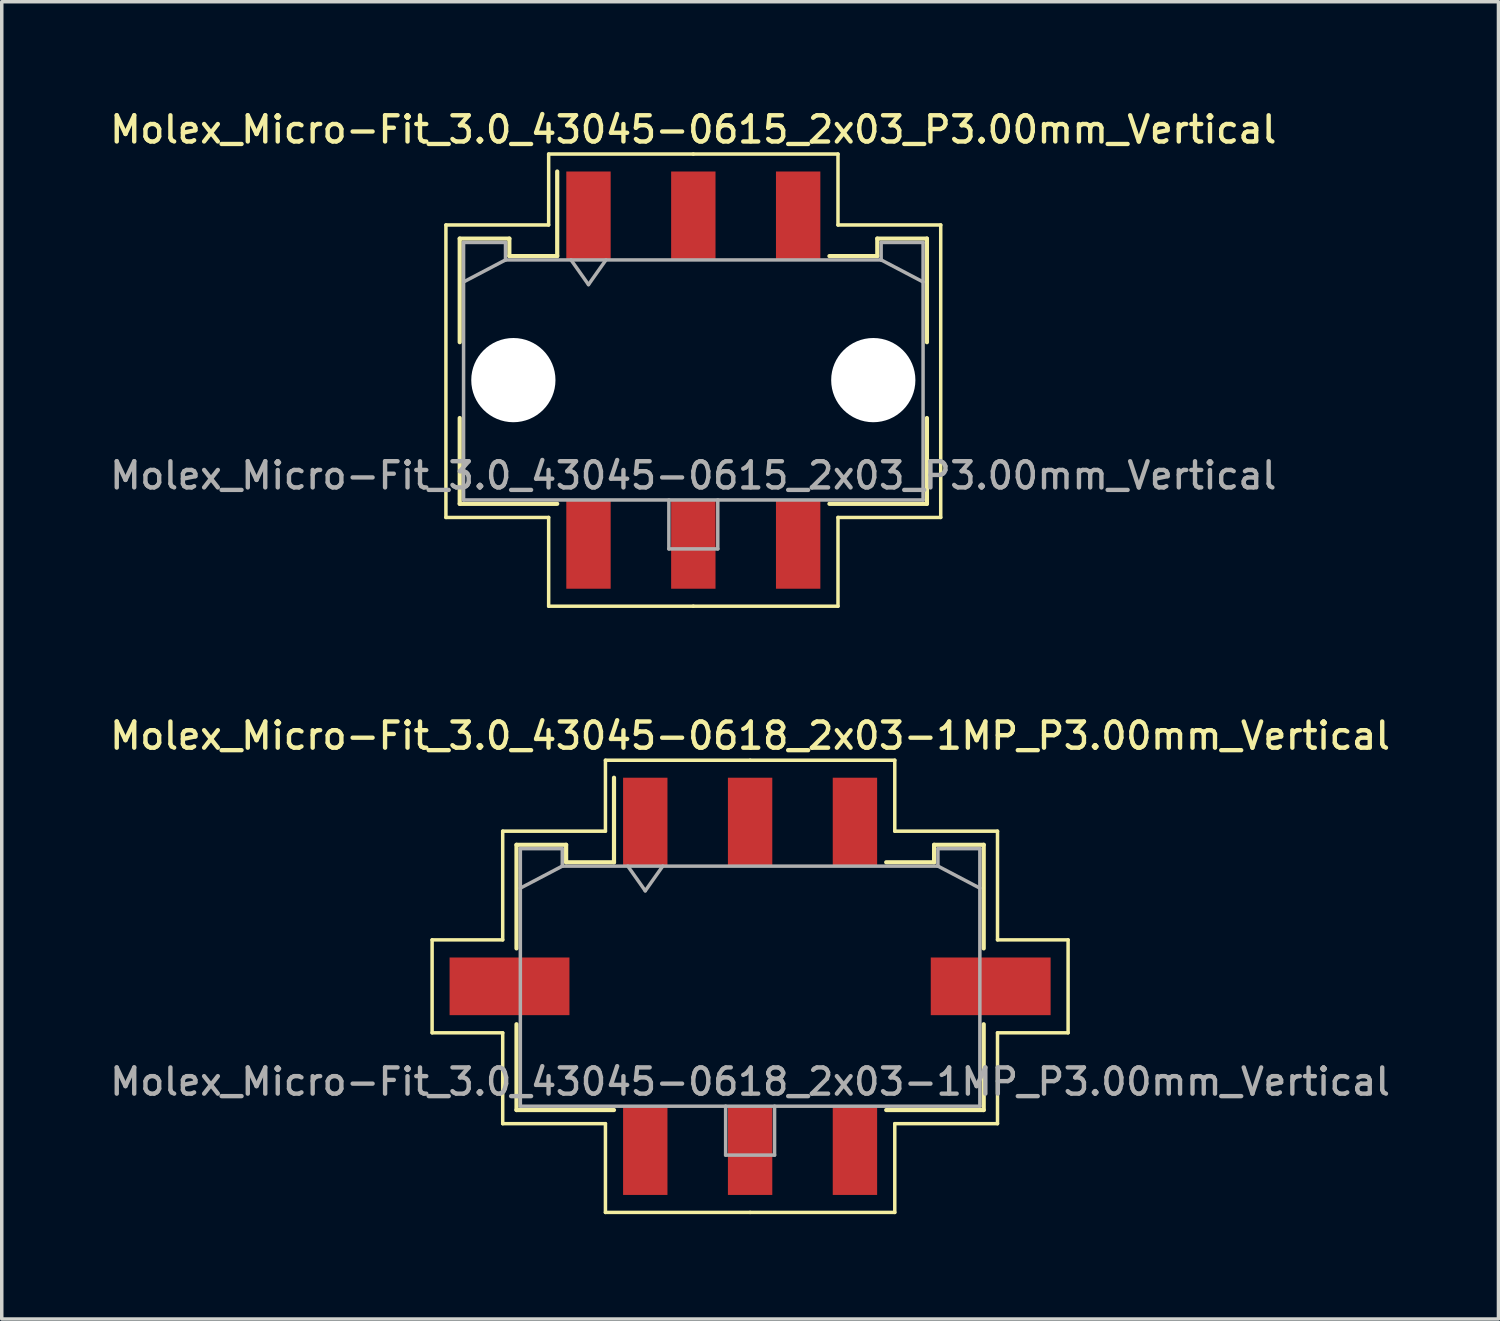
<source format=kicad_pcb>
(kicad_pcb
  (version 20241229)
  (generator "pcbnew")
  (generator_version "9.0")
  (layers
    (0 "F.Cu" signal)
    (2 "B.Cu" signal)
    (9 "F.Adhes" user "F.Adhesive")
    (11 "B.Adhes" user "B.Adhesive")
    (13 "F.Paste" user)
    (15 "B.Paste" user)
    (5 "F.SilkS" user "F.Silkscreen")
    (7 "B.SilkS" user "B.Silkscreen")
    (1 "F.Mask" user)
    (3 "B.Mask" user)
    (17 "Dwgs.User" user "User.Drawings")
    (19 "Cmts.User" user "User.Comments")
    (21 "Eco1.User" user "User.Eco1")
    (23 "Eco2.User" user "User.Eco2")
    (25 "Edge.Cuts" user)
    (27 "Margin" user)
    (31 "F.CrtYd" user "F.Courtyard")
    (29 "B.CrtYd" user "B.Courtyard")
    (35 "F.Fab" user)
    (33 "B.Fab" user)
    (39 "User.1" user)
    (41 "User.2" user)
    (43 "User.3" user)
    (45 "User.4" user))
  (footprint "Molex_Micro-Fit_3.0_43045-0615_2x03_P3.00mm_Vertical"
    (layer "F.Cu")
    (at 16.791 7.828)
    (property "Reference" "Molex_Micro-Fit_3.0_43045-0615_2x03_P3.00mm_Vertical" (at 0 -7.17 0) (layer "F.SilkS") (effects (font (size 0.75 0.75) (thickness 0.125))))
    (attr smd)
    (fp_line (start -7.08 -4.44) (end -7.08 3.93) (stroke (width 0.1) (type solid)) (layer "F.SilkS"))
    (fp_line (start -7.08 3.93) (end -4.14 3.93) (stroke (width 0.1) (type solid)) (layer "F.SilkS"))
    (fp_line (start -6.685 -4.05) (end -5.265 -4.05) (stroke (width 0.12) (type solid)) (layer "F.SilkS"))
    (fp_line (start -6.685 -1.085) (end -6.685 -4.05) (stroke (width 0.12) (type solid)) (layer "F.SilkS"))
    (fp_line (start -6.685 1.085) (end -6.685 3.54) (stroke (width 0.12) (type solid)) (layer "F.SilkS"))
    (fp_line (start -6.685 3.54) (end -3.895 3.54) (stroke (width 0.12) (type solid)) (layer "F.SilkS"))
    (fp_line (start -5.265 -4.05) (end -5.265 -3.55) (stroke (width 0.12) (type solid)) (layer "F.SilkS"))
    (fp_line (start -5.265 -3.55) (end -3.895 -3.55) (stroke (width 0.12) (type solid)) (layer "F.SilkS"))
    (fp_line (start -4.14 -6.47) (end -4.14 -4.44) (stroke (width 0.1) (type solid)) (layer "F.SilkS"))
    (fp_line (start -4.14 -4.44) (end -7.08 -4.44) (stroke (width 0.1) (type solid)) (layer "F.SilkS"))
    (fp_line (start -4.14 3.93) (end -4.14 6.47) (stroke (width 0.1) (type solid)) (layer "F.SilkS"))
    (fp_line (start -4.14 6.47) (end 0 6.47) (stroke (width 0.1) (type solid)) (layer "F.SilkS"))
    (fp_line (start -3.895 -3.55) (end -3.895 -5.97) (stroke (width 0.12) (type solid)) (layer "F.SilkS"))
    (fp_line (start 0 -6.47) (end -4.14 -6.47) (stroke (width 0.1) (type solid)) (layer "F.SilkS"))
    (fp_line (start 0 -6.47) (end 4.14 -6.47) (stroke (width 0.1) (type solid)) (layer "F.SilkS"))
    (fp_line (start 4.14 -6.47) (end 4.14 -4.44) (stroke (width 0.1) (type solid)) (layer "F.SilkS"))
    (fp_line (start 4.14 -4.44) (end 7.08 -4.44) (stroke (width 0.1) (type solid)) (layer "F.SilkS"))
    (fp_line (start 4.14 3.93) (end 4.14 6.47) (stroke (width 0.1) (type solid)) (layer "F.SilkS"))
    (fp_line (start 4.14 6.47) (end 0 6.47) (stroke (width 0.1) (type solid)) (layer "F.SilkS"))
    (fp_line (start 5.265 -4.05) (end 5.265 -3.55) (stroke (width 0.12) (type solid)) (layer "F.SilkS"))
    (fp_line (start 5.265 -3.55) (end 3.895 -3.55) (stroke (width 0.12) (type solid)) (layer "F.SilkS"))
    (fp_line (start 6.685 -4.05) (end 5.265 -4.05) (stroke (width 0.12) (type solid)) (layer "F.SilkS"))
    (fp_line (start 6.685 -1.085) (end 6.685 -4.05) (stroke (width 0.12) (type solid)) (layer "F.SilkS"))
    (fp_line (start 6.685 1.085) (end 6.685 3.54) (stroke (width 0.12) (type solid)) (layer "F.SilkS"))
    (fp_line (start 6.685 3.54) (end 3.895 3.54) (stroke (width 0.12) (type solid)) (layer "F.SilkS"))
    (fp_line (start 7.08 -4.44) (end 7.08 3.93) (stroke (width 0.1) (type solid)) (layer "F.SilkS"))
    (fp_line (start 7.08 3.93) (end 4.14 3.93) (stroke (width 0.1) (type solid)) (layer "F.SilkS"))
    (fp_line (start -6.575 -3.94) (end -6.575 3.43) (stroke (width 0.1) (type solid)) (layer "F.Fab"))
    (fp_line (start -6.575 -2.81) (end -5.375 -3.44) (stroke (width 0.1) (type solid)) (layer "F.Fab"))
    (fp_line (start -6.575 3.43) (end 6.575 3.43) (stroke (width 0.1) (type solid)) (layer "F.Fab"))
    (fp_line (start -5.375 -3.94) (end -6.575 -3.94) (stroke (width 0.1) (type solid)) (layer "F.Fab"))
    (fp_line (start -5.375 -3.44) (end -5.375 -3.94) (stroke (width 0.1) (type solid)) (layer "F.Fab"))
    (fp_line (start -3.5 -3.44) (end -3 -2.733) (stroke (width 0.1) (type solid)) (layer "F.Fab"))
    (fp_line (start -3 -2.733) (end -2.5 -3.44) (stroke (width 0.1) (type solid)) (layer "F.Fab"))
    (fp_line (start -0.7 3.43) (end -0.7 4.83) (stroke (width 0.1) (type solid)) (layer "F.Fab"))
    (fp_line (start -0.7 4.83) (end 0.7 4.83) (stroke (width 0.1) (type solid)) (layer "F.Fab"))
    (fp_line (start 0.7 4.83) (end 0.7 3.43) (stroke (width 0.1) (type solid)) (layer "F.Fab"))
    (fp_line (start 5.375 -3.94) (end 5.375 -3.44) (stroke (width 0.1) (type solid)) (layer "F.Fab"))
    (fp_line (start 5.375 -3.44) (end -5.375 -3.44) (stroke (width 0.1) (type solid)) (layer "F.Fab"))
    (fp_line (start 6.575 -3.94) (end 5.375 -3.94) (stroke (width 0.1) (type solid)) (layer "F.Fab"))
    (fp_line (start 6.575 -2.81) (end 5.375 -3.44) (stroke (width 0.1) (type solid)) (layer "F.Fab"))
    (fp_line (start 6.575 3.43) (end 6.575 -3.94) (stroke (width 0.1) (type solid)) (layer "F.Fab"))
    (fp_text user "${REFERENCE}" (at 0 2.73 0) (layer "F.Fab") (effects (font (size 0.75 0.75) (thickness 0.125))))
    (pad "" np_thru_hole circle (at -5.15 0) (size 2.41 2.41) (drill 2.41) (layers "*.Cu" "*.Mask"))
    (pad "" np_thru_hole circle (at 5.15 0) (size 2.41 2.41) (drill 2.41) (layers "*.Cu" "*.Mask"))
    (pad "1" smd rect (at -3 -4.7) (size 1.27 2.54) (layers "F.Cu" "F.Mask" "F.Paste"))
    (pad "2" smd rect (at 0 -4.7) (size 1.27 2.54) (layers "F.Cu" "F.Mask" "F.Paste"))
    (pad "3" smd rect (at 3 -4.7) (size 1.27 2.54) (layers "F.Cu" "F.Mask" "F.Paste"))
    (pad "4" smd rect (at -3 4.7) (size 1.27 2.54) (layers "F.Cu" "F.Mask" "F.Paste"))
    (pad "5" smd rect (at 0 4.7) (size 1.27 2.54) (layers "F.Cu" "F.Mask" "F.Paste"))
    (pad "6" smd rect (at 3 4.7) (size 1.27 2.54) (layers "F.Cu" "F.Mask" "F.Paste")))
  (footprint "Molex_Micro-Fit_3.0_43045-0618_2x03-1MP_P3.00mm_Vertical"
    (layer "F.Cu")
    (at 18.416 25.176)
    (property "Reference" "Molex_Micro-Fit_3.0_43045-0618_2x03-1MP_P3.00mm_Vertical" (at 0 -7.17 0) (layer "F.SilkS") (effects (font (size 0.75 0.75) (thickness 0.125))))
    (attr smd)
    (fp_line (start -9.1 -1.33) (end -9.1 1.33) (stroke (width 0.1) (type solid)) (layer "F.SilkS"))
    (fp_line (start -9.1 1.33) (end -7.08 1.33) (stroke (width 0.1) (type solid)) (layer "F.SilkS"))
    (fp_line (start -7.08 -4.44) (end -7.08 -1.33) (stroke (width 0.1) (type solid)) (layer "F.SilkS"))
    (fp_line (start -7.08 -1.33) (end -9.1 -1.33) (stroke (width 0.1) (type solid)) (layer "F.SilkS"))
    (fp_line (start -7.08 1.33) (end -7.08 3.93) (stroke (width 0.1) (type solid)) (layer "F.SilkS"))
    (fp_line (start -7.08 3.93) (end -4.14 3.93) (stroke (width 0.1) (type solid)) (layer "F.SilkS"))
    (fp_line (start -6.685 -4.05) (end -5.265 -4.05) (stroke (width 0.12) (type solid)) (layer "F.SilkS"))
    (fp_line (start -6.685 -1.085) (end -6.685 -4.05) (stroke (width 0.12) (type solid)) (layer "F.SilkS"))
    (fp_line (start -6.685 1.085) (end -6.685 3.54) (stroke (width 0.12) (type solid)) (layer "F.SilkS"))
    (fp_line (start -6.685 3.54) (end -3.895 3.54) (stroke (width 0.12) (type solid)) (layer "F.SilkS"))
    (fp_line (start -5.265 -4.05) (end -5.265 -3.55) (stroke (width 0.12) (type solid)) (layer "F.SilkS"))
    (fp_line (start -5.265 -3.55) (end -3.895 -3.55) (stroke (width 0.12) (type solid)) (layer "F.SilkS"))
    (fp_line (start -4.14 -6.47) (end -4.14 -4.44) (stroke (width 0.1) (type solid)) (layer "F.SilkS"))
    (fp_line (start -4.14 -4.44) (end -7.08 -4.44) (stroke (width 0.1) (type solid)) (layer "F.SilkS"))
    (fp_line (start -4.14 3.93) (end -4.14 6.47) (stroke (width 0.1) (type solid)) (layer "F.SilkS"))
    (fp_line (start -4.14 6.47) (end 0 6.47) (stroke (width 0.1) (type solid)) (layer "F.SilkS"))
    (fp_line (start -3.895 -3.55) (end -3.895 -5.97) (stroke (width 0.12) (type solid)) (layer "F.SilkS"))
    (fp_line (start 0 -6.47) (end -4.14 -6.47) (stroke (width 0.1) (type solid)) (layer "F.SilkS"))
    (fp_line (start 0 -6.47) (end 4.14 -6.47) (stroke (width 0.1) (type solid)) (layer "F.SilkS"))
    (fp_line (start 4.14 -6.47) (end 4.14 -4.44) (stroke (width 0.1) (type solid)) (layer "F.SilkS"))
    (fp_line (start 4.14 -4.44) (end 7.08 -4.44) (stroke (width 0.1) (type solid)) (layer "F.SilkS"))
    (fp_line (start 4.14 3.93) (end 4.14 6.47) (stroke (width 0.1) (type solid)) (layer "F.SilkS"))
    (fp_line (start 4.14 6.47) (end 0 6.47) (stroke (width 0.1) (type solid)) (layer "F.SilkS"))
    (fp_line (start 5.265 -4.05) (end 5.265 -3.55) (stroke (width 0.12) (type solid)) (layer "F.SilkS"))
    (fp_line (start 5.265 -3.55) (end 3.895 -3.55) (stroke (width 0.12) (type solid)) (layer "F.SilkS"))
    (fp_line (start 6.685 -4.05) (end 5.265 -4.05) (stroke (width 0.12) (type solid)) (layer "F.SilkS"))
    (fp_line (start 6.685 -1.085) (end 6.685 -4.05) (stroke (width 0.12) (type solid)) (layer "F.SilkS"))
    (fp_line (start 6.685 1.085) (end 6.685 3.54) (stroke (width 0.12) (type solid)) (layer "F.SilkS"))
    (fp_line (start 6.685 3.54) (end 3.895 3.54) (stroke (width 0.12) (type solid)) (layer "F.SilkS"))
    (fp_line (start 7.08 -4.44) (end 7.08 -1.33) (stroke (width 0.1) (type solid)) (layer "F.SilkS"))
    (fp_line (start 7.08 -1.33) (end 9.1 -1.33) (stroke (width 0.1) (type solid)) (layer "F.SilkS"))
    (fp_line (start 7.08 1.33) (end 7.08 3.93) (stroke (width 0.1) (type solid)) (layer "F.SilkS"))
    (fp_line (start 7.08 3.93) (end 4.14 3.93) (stroke (width 0.1) (type solid)) (layer "F.SilkS"))
    (fp_line (start 9.1 -1.33) (end 9.1 1.33) (stroke (width 0.1) (type solid)) (layer "F.SilkS"))
    (fp_line (start 9.1 1.33) (end 7.08 1.33) (stroke (width 0.1) (type solid)) (layer "F.SilkS"))
    (fp_line (start -6.575 -3.94) (end -6.575 3.43) (stroke (width 0.1) (type solid)) (layer "F.Fab"))
    (fp_line (start -6.575 -2.81) (end -5.375 -3.44) (stroke (width 0.1) (type solid)) (layer "F.Fab"))
    (fp_line (start -6.575 3.43) (end 6.575 3.43) (stroke (width 0.1) (type solid)) (layer "F.Fab"))
    (fp_line (start -5.375 -3.94) (end -6.575 -3.94) (stroke (width 0.1) (type solid)) (layer "F.Fab"))
    (fp_line (start -5.375 -3.44) (end -5.375 -3.94) (stroke (width 0.1) (type solid)) (layer "F.Fab"))
    (fp_line (start -3.5 -3.44) (end -3 -2.733) (stroke (width 0.1) (type solid)) (layer "F.Fab"))
    (fp_line (start -3 -2.733) (end -2.5 -3.44) (stroke (width 0.1) (type solid)) (layer "F.Fab"))
    (fp_line (start -0.7 3.43) (end -0.7 4.83) (stroke (width 0.1) (type solid)) (layer "F.Fab"))
    (fp_line (start -0.7 4.83) (end 0.7 4.83) (stroke (width 0.1) (type solid)) (layer "F.Fab"))
    (fp_line (start 0.7 4.83) (end 0.7 3.43) (stroke (width 0.1) (type solid)) (layer "F.Fab"))
    (fp_line (start 5.375 -3.94) (end 5.375 -3.44) (stroke (width 0.1) (type solid)) (layer "F.Fab"))
    (fp_line (start 5.375 -3.44) (end -5.375 -3.44) (stroke (width 0.1) (type solid)) (layer "F.Fab"))
    (fp_line (start 6.575 -3.94) (end 5.375 -3.94) (stroke (width 0.1) (type solid)) (layer "F.Fab"))
    (fp_line (start 6.575 -2.81) (end 5.375 -3.44) (stroke (width 0.1) (type solid)) (layer "F.Fab"))
    (fp_line (start 6.575 3.43) (end 6.575 -3.94) (stroke (width 0.1) (type solid)) (layer "F.Fab"))
    (fp_text user "${REFERENCE}" (at 0 2.73 0) (layer "F.Fab") (effects (font (size 0.75 0.75) (thickness 0.125))))
    (pad "1" smd rect (at -3 -4.7) (size 1.27 2.54) (layers "F.Cu" "F.Mask" "F.Paste"))
    (pad "2" smd rect (at 0 -4.7) (size 1.27 2.54) (layers "F.Cu" "F.Mask" "F.Paste"))
    (pad "3" smd rect (at 3 -4.7) (size 1.27 2.54) (layers "F.Cu" "F.Mask" "F.Paste"))
    (pad "4" smd rect (at -3 4.7) (size 1.27 2.54) (layers "F.Cu" "F.Mask" "F.Paste"))
    (pad "5" smd rect (at 0 4.7) (size 1.27 2.54) (layers "F.Cu" "F.Mask" "F.Paste"))
    (pad "6" smd rect (at 3 4.7) (size 1.27 2.54) (layers "F.Cu" "F.Mask" "F.Paste"))
    (pad "MP" smd rect (at -6.885 0) (size 3.43 1.65) (layers "F.Cu" "F.Mask" "F.Paste"))
    (pad "MP" smd rect (at 6.885 0) (size 3.43 1.65) (layers "F.Cu" "F.Mask" "F.Paste")))
  (gr_rect
    (start -3 -3)
    (end 39.832 34.696)
    (stroke (width 0.1) (type default))
    (fill no)
    (layer "Edge.Cuts")))
</source>
